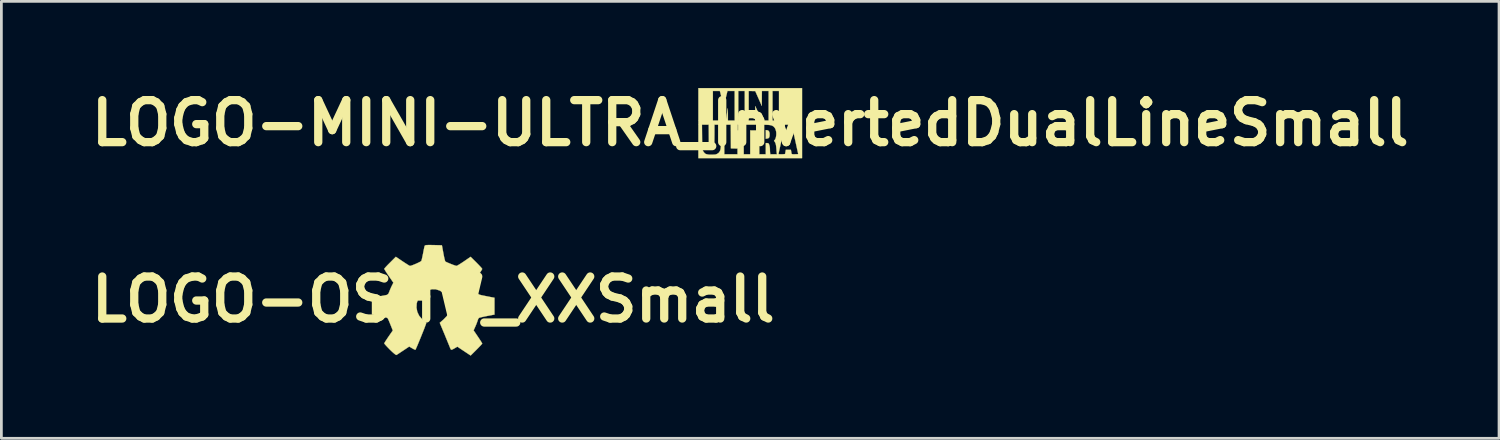
<source format=kicad_pcb>
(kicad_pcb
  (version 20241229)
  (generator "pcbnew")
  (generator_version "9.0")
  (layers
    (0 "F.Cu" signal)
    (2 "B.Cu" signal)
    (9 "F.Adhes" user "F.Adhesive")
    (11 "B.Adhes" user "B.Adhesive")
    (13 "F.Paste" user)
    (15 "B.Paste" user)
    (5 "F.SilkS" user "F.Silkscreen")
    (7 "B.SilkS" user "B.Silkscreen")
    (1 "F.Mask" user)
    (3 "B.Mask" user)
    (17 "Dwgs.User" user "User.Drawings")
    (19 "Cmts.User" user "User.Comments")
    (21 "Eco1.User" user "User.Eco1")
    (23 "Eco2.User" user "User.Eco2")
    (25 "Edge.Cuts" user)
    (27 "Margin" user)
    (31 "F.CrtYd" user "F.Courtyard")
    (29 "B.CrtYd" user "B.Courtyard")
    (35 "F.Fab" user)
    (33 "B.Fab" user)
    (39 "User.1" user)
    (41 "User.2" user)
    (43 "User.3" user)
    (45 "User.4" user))
  (footprint "LOGO-OSHW_XXSmall"
    (layer "F.Cu")
    (at 12.671 7.819)
    (property "Reference" "LOGO-OSHW_XXSmall" (at 0 0 0) (layer "F.SilkS") (effects (font (size 1.524 1.524) (thickness 0.3))))
    (attr through_hole)
    (fp_poly (pts (xy -0.048 -1.977) (xy 0.007 -1.976) (xy 0.315 -1.968) (xy 0.367 -1.684) (xy 0.389 -1.57) (xy 0.41 -1.474) (xy 0.428 -1.407) (xy 0.438 -1.382) (xy 0.472 -1.362) (xy 0.539 -1.332) (xy 0.624 -1.297) (xy 0.712 -1.262) (xy 0.789 -1.235) (xy 0.838 -1.221) (xy 0.846 -1.22) (xy 0.878 -1.234) (xy 0.942 -1.271) (xy 1.028 -1.326) (xy 1.117 -1.385) (xy 1.357 -1.55) (xy 1.568 -1.341) (xy 1.65 -1.257) (xy 1.718 -1.185) (xy 1.763 -1.133) (xy 1.778 -1.11) (xy 1.764 -1.082) (xy 1.727 -1.021) (xy 1.672 -0.938) (xy 1.612 -0.85) (xy 1.446 -0.612) (xy 1.507 -0.49) (xy 1.549 -0.399) (xy 1.586 -0.308) (xy 1.598 -0.275) (xy 1.609 -0.24) (xy 1.621 -0.214) (xy 1.641 -0.194) (xy 1.677 -0.177) (xy 1.736 -0.16) (xy 1.825 -0.141) (xy 1.952 -0.116) (xy 2.057 -0.095) (xy 2.223 -0.064) (xy 2.223 0.546) (xy 1.956 0.597) (xy 1.843 0.62) (xy 1.748 0.641) (xy 1.683 0.658) (xy 1.66 0.667) (xy 1.633 0.703) (xy 1.614 0.755) (xy 1.594 0.816) (xy 1.561 0.902) (xy 1.531 0.973) (xy 1.465 1.12) (xy 1.622 1.35) (xy 1.685 1.445) (xy 1.736 1.524) (xy 1.769 1.578) (xy 1.778 1.598) (xy 1.761 1.621) (xy 1.715 1.672) (xy 1.647 1.743) (xy 1.568 1.823) (xy 1.358 2.032) (xy 1.117 1.872) (xy 0.876 1.711) (xy 0.775 1.77) (xy 0.702 1.81) (xy 0.66 1.823) (xy 0.637 1.81) (xy 0.618 1.768) (xy 0.614 1.759) (xy 0.596 1.713) (xy 0.562 1.63) (xy 0.516 1.518) (xy 0.462 1.386) (xy 0.413 1.267) (xy 0.237 0.845) (xy 0.376 0.723) (xy 0.495 0.599) (xy 0.569 0.472) (xy 0.605 0.331) (xy 0.609 0.25) (xy 0.586 0.073) (xy 0.518 -0.083) (xy 0.408 -0.213) (xy 0.258 -0.314) (xy 0.229 -0.328) (xy 0.093 -0.371) (xy -0.043 -0.374) (xy -0.194 -0.336) (xy -0.21 -0.33) (xy -0.359 -0.25) (xy -0.474 -0.14) (xy -0.554 -0.007) (xy -0.599 0.14) (xy -0.607 0.294) (xy -0.579 0.446) (xy -0.512 0.587) (xy -0.406 0.711) (xy -0.327 0.771) (xy -0.277 0.813) (xy -0.254 0.852) (xy -0.254 0.855) (xy -0.263 0.887) (xy -0.289 0.956) (xy -0.326 1.055) (xy -0.373 1.173) (xy -0.425 1.303) (xy -0.479 1.436) (xy -0.531 1.561) (xy -0.577 1.672) (xy -0.615 1.758) (xy -0.639 1.811) (xy -0.647 1.824) (xy -0.672 1.818) (xy -0.726 1.791) (xy -0.764 1.77) (xy -0.871 1.706) (xy -1.09 1.852) (xy -1.184 1.914) (xy -1.263 1.967) (xy -1.318 2.002) (xy -1.335 2.013) (xy -1.363 2.003) (xy -1.417 1.962) (xy -1.491 1.897) (xy -1.57 1.821) (xy -1.652 1.737) (xy -1.719 1.665) (xy -1.763 1.614) (xy -1.778 1.592) (xy -1.764 1.564) (xy -1.727 1.504) (xy -1.673 1.422) (xy -1.623 1.348) (xy -1.467 1.123) (xy -1.552 0.911) (xy -1.592 0.813) (xy -1.626 0.733) (xy -1.651 0.683) (xy -1.657 0.674) (xy -1.689 0.659) (xy -1.76 0.639) (xy -1.859 0.616) (xy -1.95 0.597) (xy -2.223 0.546) (xy -2.223 -0.064) (xy -1.981 -0.109) (xy -1.87 -0.13) (xy -1.773 -0.148) (xy -1.705 -0.162) (xy -1.685 -0.166) (xy -1.632 -0.203) (xy -1.599 -0.273) (xy -1.568 -0.354) (xy -1.526 -0.45) (xy -1.507 -0.49) (xy -1.446 -0.611) (xy -1.612 -0.853) (xy -1.678 -0.949) (xy -1.731 -1.031) (xy -1.766 -1.089) (xy -1.778 -1.113) (xy -1.761 -1.137) (xy -1.715 -1.189) (xy -1.647 -1.261) (xy -1.567 -1.341) (xy -1.357 -1.551) (xy -1.111 -1.385) (xy -1.012 -1.32) (xy -0.929 -1.267) (xy -0.87 -1.231) (xy -0.845 -1.219) (xy -0.801 -1.229) (xy -0.729 -1.255) (xy -0.643 -1.29) (xy -0.557 -1.329) (xy -0.484 -1.365) (xy -0.439 -1.393) (xy -0.432 -1.4) (xy -0.419 -1.44) (xy -0.401 -1.516) (xy -0.38 -1.615) (xy -0.37 -1.664) (xy -0.35 -1.77) (xy -0.331 -1.862) (xy -0.318 -1.923) (xy -0.314 -1.938) (xy -0.304 -1.957) (xy -0.281 -1.969) (xy -0.236 -1.976) (xy -0.161 -1.978) (xy -0.048 -1.977)) (stroke (width 0.01) (type solid)) (fill yes) (layer "F.SilkS")))
  (footprint "LOGO-MINI-ULTRA_InvertedDualLineSmall"
    (layer "F.Cu")
    (at 24.174 1.418)
    (property "Reference" "LOGO-MINI-ULTRA_InvertedDualLineSmall" (at 0 0 0) (layer "F.SilkS") (effects (font (size 1.524 1.524) (thickness 0.3))))
    (attr through_hole)
    (fp_poly (pts (xy 0.595 0.254) (xy 0.638 0.262) (xy 0.671 0.284) (xy 0.692 0.322) (xy 0.703 0.375) (xy 0.703 0.441) (xy 0.697 0.49) (xy 0.684 0.524) (xy 0.661 0.546) (xy 0.627 0.558) (xy 0.609 0.561) (xy 0.564 0.567) (xy 0.564 0.254) (xy 0.595 0.254)) (stroke (width 0.01) (type solid)) (fill yes) (layer "F.SilkS"))
    (fp_poly (pts (xy 1.386 0.441) (xy 1.391 0.465) (xy 1.398 0.5) (xy 1.406 0.543) (xy 1.414 0.59) (xy 1.422 0.637) (xy 1.429 0.682) (xy 1.435 0.72) (xy 1.438 0.747) (xy 1.439 0.76) (xy 1.431 0.765) (xy 1.41 0.769) (xy 1.383 0.772) (xy 1.356 0.772) (xy 1.335 0.769) (xy 1.326 0.764) (xy 1.326 0.764) (xy 1.327 0.75) (xy 1.331 0.721) (xy 1.337 0.682) (xy 1.344 0.638) (xy 1.352 0.59) (xy 1.361 0.542) (xy 1.368 0.5) (xy 1.375 0.465) (xy 1.38 0.441) (xy 1.383 0.433) (xy 1.386 0.441)) (stroke (width 0.01) (type solid)) (fill yes) (layer "F.SilkS"))
    (fp_poly (pts (xy 1.881 1.27) (xy -1.881 1.27) (xy -1.881 0.056) (xy -1.751 0.056) (xy -1.747 0.482) (xy -1.746 0.588) (xy -1.745 0.677) (xy -1.744 0.751) (xy -1.742 0.812) (xy -1.74 0.861) (xy -1.737 0.901) (xy -1.733 0.933) (xy -1.728 0.959) (xy -1.722 0.981) (xy -1.715 1.001) (xy -1.706 1.02) (xy -1.7 1.031) (xy -1.686 1.051) (xy -1.666 1.075) (xy -1.643 1.097) (xy -1.623 1.114) (xy -1.611 1.12) (xy -1.598 1.123) (xy -1.575 1.129) (xy -1.557 1.134) (xy -1.525 1.14) (xy -1.484 1.144) (xy -1.428 1.145) (xy -1.381 1.145) (xy -1.328 1.143) (xy -1.29 1.141) (xy -1.262 1.138) (xy -1.24 1.133) (xy -1.22 1.125) (xy -1.198 1.114) (xy -1.157 1.089) (xy -1.128 1.059) (xy -1.117 1.044) (xy -1.105 1.022) (xy -1.094 1) (xy -1.085 0.976) (xy -1.078 0.948) (xy -1.072 0.914) (xy -1.068 0.872) (xy -1.064 0.821) (xy -1.062 0.759) (xy -1.059 0.684) (xy -1.058 0.594) (xy -1.056 0.487) (xy -1.056 0.463) (xy -1.052 0.056) (xy -0.941 0.056) (xy -0.941 1.129) (xy -0.461 1.129) (xy -0.461 0.922) (xy -0.581 0.92) (xy -0.701 0.917) (xy -0.703 0.487) (xy -0.706 0.056) (xy -0.452 0.056) (xy -0.452 0.263) (xy -0.346 0.265) (xy -0.24 0.268) (xy -0.237 0.699) (xy -0.235 1.129) (xy 0 1.129) (xy 0.329 1.129) (xy 0.564 1.129) (xy 0.564 0.724) (xy 0.61 0.724) (xy 0.641 0.726) (xy 0.659 0.733) (xy 0.671 0.746) (xy 0.69 0.786) (xy 0.704 0.839) (xy 0.713 0.898) (xy 0.715 0.941) (xy 0.716 0.987) (xy 0.718 1.035) (xy 0.721 1.071) (xy 0.727 1.129) (xy 0.97 1.129) (xy 0.969 1.121) (xy 1.025 1.121) (xy 1.034 1.125) (xy 1.057 1.128) (xy 1.091 1.129) (xy 1.13 1.129) (xy 1.171 1.129) (xy 1.209 1.127) (xy 1.24 1.124) (xy 1.26 1.12) (xy 1.265 1.117) (xy 1.268 1.102) (xy 1.273 1.075) (xy 1.279 1.04) (xy 1.28 1.037) (xy 1.291 0.969) (xy 1.475 0.969) (xy 1.481 0.995) (xy 1.486 1.022) (xy 1.491 1.054) (xy 1.492 1.058) (xy 1.496 1.087) (xy 1.501 1.107) (xy 1.509 1.119) (xy 1.524 1.126) (xy 1.55 1.129) (xy 1.589 1.129) (xy 1.623 1.129) (xy 1.675 1.128) (xy 1.709 1.127) (xy 1.73 1.124) (xy 1.739 1.119) (xy 1.74 1.117) (xy 1.738 1.106) (xy 1.733 1.079) (xy 1.724 1.038) (xy 1.712 0.985) (xy 1.698 0.921) (xy 1.682 0.848) (xy 1.665 0.77) (xy 1.647 0.687) (xy 1.628 0.602) (xy 1.609 0.516) (xy 1.59 0.432) (xy 1.572 0.352) (xy 1.555 0.277) (xy 1.54 0.21) (xy 1.527 0.153) (xy 1.517 0.107) (xy 1.51 0.078) (xy 1.507 0.069) (xy 1.501 0.063) (xy 1.489 0.059) (xy 1.469 0.057) (xy 1.435 0.057) (xy 1.386 0.056) (xy 1.262 0.056) (xy 1.256 0.087) (xy 1.252 0.102) (xy 1.245 0.133) (xy 1.235 0.179) (xy 1.222 0.238) (xy 1.206 0.308) (xy 1.188 0.388) (xy 1.169 0.475) (xy 1.148 0.568) (xy 1.137 0.616) (xy 1.116 0.71) (xy 1.096 0.798) (xy 1.078 0.879) (xy 1.062 0.952) (xy 1.049 1.013) (xy 1.038 1.063) (xy 1.03 1.098) (xy 1.026 1.118) (xy 1.025 1.121) (xy 0.969 1.121) (xy 0.965 1.103) (xy 0.963 1.084) (xy 0.959 1.051) (xy 0.955 1.008) (xy 0.952 0.958) (xy 0.95 0.941) (xy 0.944 0.865) (xy 0.936 0.804) (xy 0.926 0.756) (xy 0.912 0.717) (xy 0.894 0.684) (xy 0.885 0.671) (xy 0.87 0.648) (xy 0.864 0.636) (xy 0.868 0.628) (xy 0.876 0.623) (xy 0.899 0.599) (xy 0.918 0.56) (xy 0.933 0.51) (xy 0.943 0.452) (xy 0.947 0.391) (xy 0.944 0.33) (xy 0.942 0.314) (xy 0.924 0.24) (xy 0.896 0.179) (xy 0.858 0.133) (xy 0.845 0.122) (xy 0.817 0.104) (xy 0.789 0.089) (xy 0.758 0.079) (xy 0.72 0.071) (xy 0.672 0.065) (xy 0.613 0.062) (xy 0.538 0.059) (xy 0.52 0.059) (xy 0.329 0.055) (xy 0.329 1.129) (xy 0 1.129) (xy 0 0.263) (xy 0.216 0.263) (xy 0.216 0.056) (xy -0.452 0.056) (xy -0.706 0.056) (xy -0.941 0.056) (xy -1.052 0.056) (xy -1.298 0.056) (xy -1.298 0.383) (xy -1.299 0.499) (xy -1.3 0.597) (xy -1.302 0.68) (xy -1.304 0.748) (xy -1.308 0.803) (xy -1.313 0.846) (xy -1.32 0.879) (xy -1.328 0.904) (xy -1.338 0.922) (xy -1.35 0.934) (xy -1.361 0.94) (xy -1.403 0.951) (xy -1.44 0.944) (xy -1.471 0.919) (xy -1.484 0.9) (xy -1.488 0.892) (xy -1.491 0.88) (xy -1.494 0.864) (xy -1.496 0.842) (xy -1.498 0.812) (xy -1.5 0.773) (xy -1.501 0.722) (xy -1.502 0.657) (xy -1.502 0.578) (xy -1.503 0.482) (xy -1.503 0.463) (xy -1.506 0.056) (xy -1.751 0.056) (xy -1.881 0.056) (xy -1.881 -1.167) (xy -1.355 -1.167) (xy -1.355 -0.094) (xy -1.12 -0.094) (xy -1.117 -0.322) (xy -1.115 -0.55) (xy -1.077 -0.325) (xy -1.039 -0.099) (xy -0.963 -0.096) (xy -0.886 -0.093) (xy -0.876 -0.157) (xy -0.87 -0.189) (xy -0.863 -0.234) (xy -0.854 -0.288) (xy -0.844 -0.346) (xy -0.838 -0.381) (xy -0.811 -0.541) (xy -0.81 -0.318) (xy -0.809 -0.094) (xy -0.564 -0.094) (xy -0.564 -1.167) (xy -0.433 -1.167) (xy -0.433 -0.094) (xy -0.198 -0.094) (xy -0.056 -0.094) (xy 0.178 -0.094) (xy 0.181 -0.355) (xy 0.183 -0.616) (xy 0.305 -0.355) (xy 0.427 -0.094) (xy 0.668 -0.094) (xy 0.668 -1.167) (xy 0.809 -1.167) (xy 0.809 -0.094) (xy 1.044 -0.094) (xy 1.044 -1.167) (xy 0.809 -1.167) (xy 0.668 -1.167) (xy 0.424 -1.167) (xy 0.419 -0.628) (xy 0.183 -1.162) (xy -0.056 -1.167) (xy -0.056 -0.094) (xy -0.198 -0.094) (xy -0.198 -1.167) (xy -0.433 -1.167) (xy -0.564 -1.167) (xy -0.826 -1.167) (xy -0.889 -0.905) (xy -0.906 -0.838) (xy -0.921 -0.776) (xy -0.935 -0.722) (xy -0.946 -0.679) (xy -0.954 -0.648) (xy -0.958 -0.634) (xy -0.959 -0.633) (xy -0.962 -0.638) (xy -0.97 -0.66) (xy -0.981 -0.696) (xy -0.994 -0.743) (xy -1.009 -0.799) (xy -1.025 -0.863) (xy -1.025 -0.863) (xy -1.041 -0.93) (xy -1.057 -0.991) (xy -1.07 -1.046) (xy -1.081 -1.09) (xy -1.089 -1.121) (xy -1.093 -1.136) (xy -1.102 -1.167) (xy -1.355 -1.167) (xy -1.881 -1.167) (xy -1.881 -1.27) (xy 1.881 -1.27) (xy 1.881 1.27)) (stroke (width 0.01) (type solid)) (fill yes) (layer "F.SilkS")))
  (gr_rect
    (start -3 -3)
    (end 51.347 12.856)
    (stroke (width 0.1) (type default))
    (fill no)
    (layer "Edge.Cuts")))
</source>
